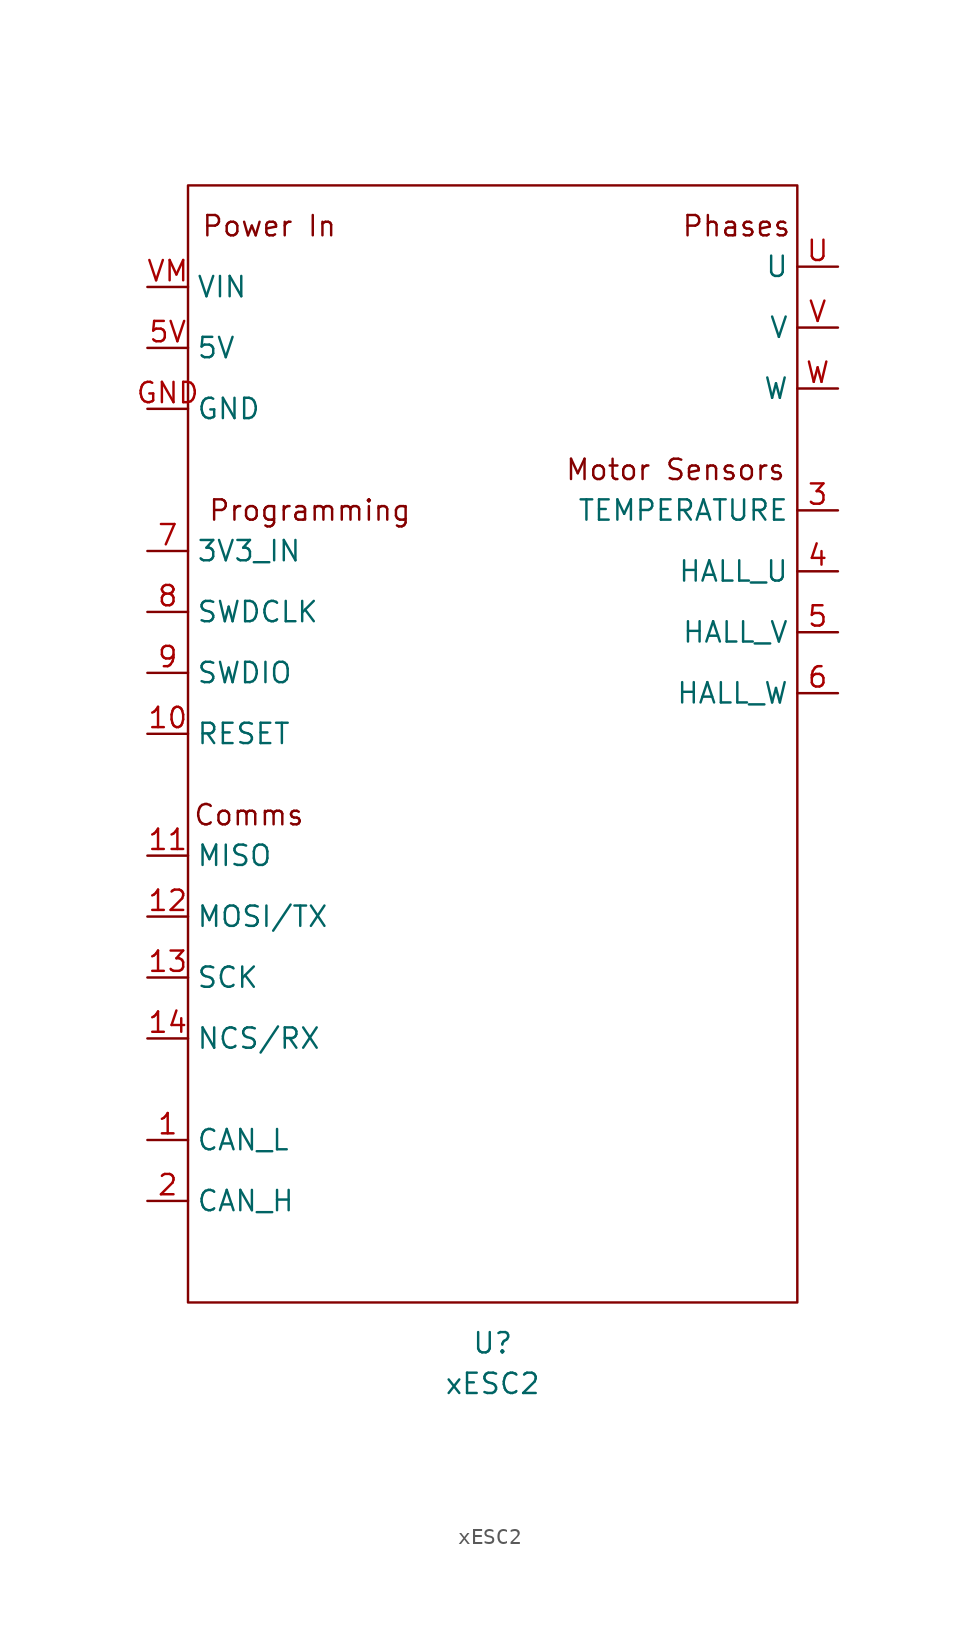
<source format=kicad_sym>
(kicad_symbol_lib
  (version 20211014)
  (generator kicad_symbol_editor)
  (symbol "xESC2"
    (property "Reference" "U"
      (at -2.54 -22.86 0)
      (effects (font (size 1.27 1.27))))
    (property "Value" "xESC2"
      (at -2.54 -25.4 0)
      (effects (font (size 1.27 1.27))))
    (symbol "xESC2_0_0"
      (text "Comms" (at -17.78 10.16 0) (effects (font (size 1.27 1.27))))
      (text "Motor Sensors" (at 8.89 31.75 0) (effects (font (size 1.27 1.27))))
      (text "Phases" (at 12.7 46.99 0) (effects (font (size 1.27 1.27))))
      (text "Power In" (at -16.51 46.99 0) (effects (font (size 1.27 1.27))))
      (text "Programming" (at -13.97 29.21 0) (effects (font (size 1.27 1.27)))))
    (symbol "xESC2_0_1"
      (rectangle (start -21.59 49.53) (end 16.51 -20.32) (stroke (width 0) (type default) (color 0 0 0 0)) (fill (type none))))
    (symbol "xESC2_1_1"
      (pin input line (at -24.13 -10.16 0) (length 2.54) (name "CAN_L" (effects (font (size 1.27 1.27)))) (number "1" (effects (font (size 1.27 1.27)))))
      (pin input line (at -24.13 15.24 0) (length 2.54) (name "RESET" (effects (font (size 1.27 1.27)))) (number "10" (effects (font (size 1.27 1.27)))))
      (pin input line (at -24.13 7.62 0) (length 2.54) (name "MISO" (effects (font (size 1.27 1.27)))) (number "11" (effects (font (size 1.27 1.27)))))
      (pin input line (at -24.13 3.81 0) (length 2.54) (name "MOSI/TX" (effects (font (size 1.27 1.27)))) (number "12" (effects (font (size 1.27 1.27)))))
      (pin input line (at -24.13 0 0) (length 2.54) (name "SCK" (effects (font (size 1.27 1.27)))) (number "13" (effects (font (size 1.27 1.27)))))
      (pin input line (at -24.13 -3.81 0) (length 2.54) (name "NCS/RX" (effects (font (size 1.27 1.27)))) (number "14" (effects (font (size 1.27 1.27)))))
      (pin input line (at -24.13 -13.97 0) (length 2.54) (name "CAN_H" (effects (font (size 1.27 1.27)))) (number "2" (effects (font (size 1.27 1.27)))))
      (pin input line (at 19.05 29.21 180) (length 2.54) (name "TEMPERATURE" (effects (font (size 1.27 1.27)))) (number "3" (effects (font (size 1.27 1.27)))))
      (pin input line (at 19.05 25.4 180) (length 2.54) (name "HALL_U" (effects (font (size 1.27 1.27)))) (number "4" (effects (font (size 1.27 1.27)))))
      (pin input line (at 19.05 21.59 180) (length 2.54) (name "HALL_V" (effects (font (size 1.27 1.27)))) (number "5" (effects (font (size 1.27 1.27)))))
      (pin input line (at -24.13 39.37 0) (length 2.54) (name "5V" (effects (font (size 1.27 1.27)))) (number "5V" (effects (font (size 1.27 1.27)))))
      (pin input line (at 19.05 17.78 180) (length 2.54) (name "HALL_W" (effects (font (size 1.27 1.27)))) (number "6" (effects (font (size 1.27 1.27)))))
      (pin input line (at -24.13 26.67 0) (length 2.54) (name "3V3_IN" (effects (font (size 1.27 1.27)))) (number "7" (effects (font (size 1.27 1.27)))))
      (pin input line (at -24.13 22.86 0) (length 2.54) (name "SWDCLK" (effects (font (size 1.27 1.27)))) (number "8" (effects (font (size 1.27 1.27)))))
      (pin input line (at -24.13 19.05 0) (length 2.54) (name "SWDIO" (effects (font (size 1.27 1.27)))) (number "9" (effects (font (size 1.27 1.27)))))
      (pin input line (at -24.13 35.56 0) (length 2.54) (name "GND" (effects (font (size 1.27 1.27)))) (number "GND" (effects (font (size 1.27 1.27)))))
      (pin output line (at 19.05 44.45 180) (length 2.54) (name "U" (effects (font (size 1.27 1.27)))) (number "U" (effects (font (size 1.27 1.27)))))
      (pin output line (at 19.05 40.64 180) (length 2.54) (name "V" (effects (font (size 1.27 1.27)))) (number "V" (effects (font (size 1.27 1.27)))))
      (pin input line (at -24.13 43.18 0) (length 2.54) (name "VIN" (effects (font (size 1.27 1.27)))) (number "VM" (effects (font (size 1.27 1.27)))))
      (pin output line (at 19.05 36.83 180) (length 2.54) (name "W" (effects (font (size 1.27 1.27)))) (number "W" (effects (font (size 1.27 1.27))))))))
</source>
